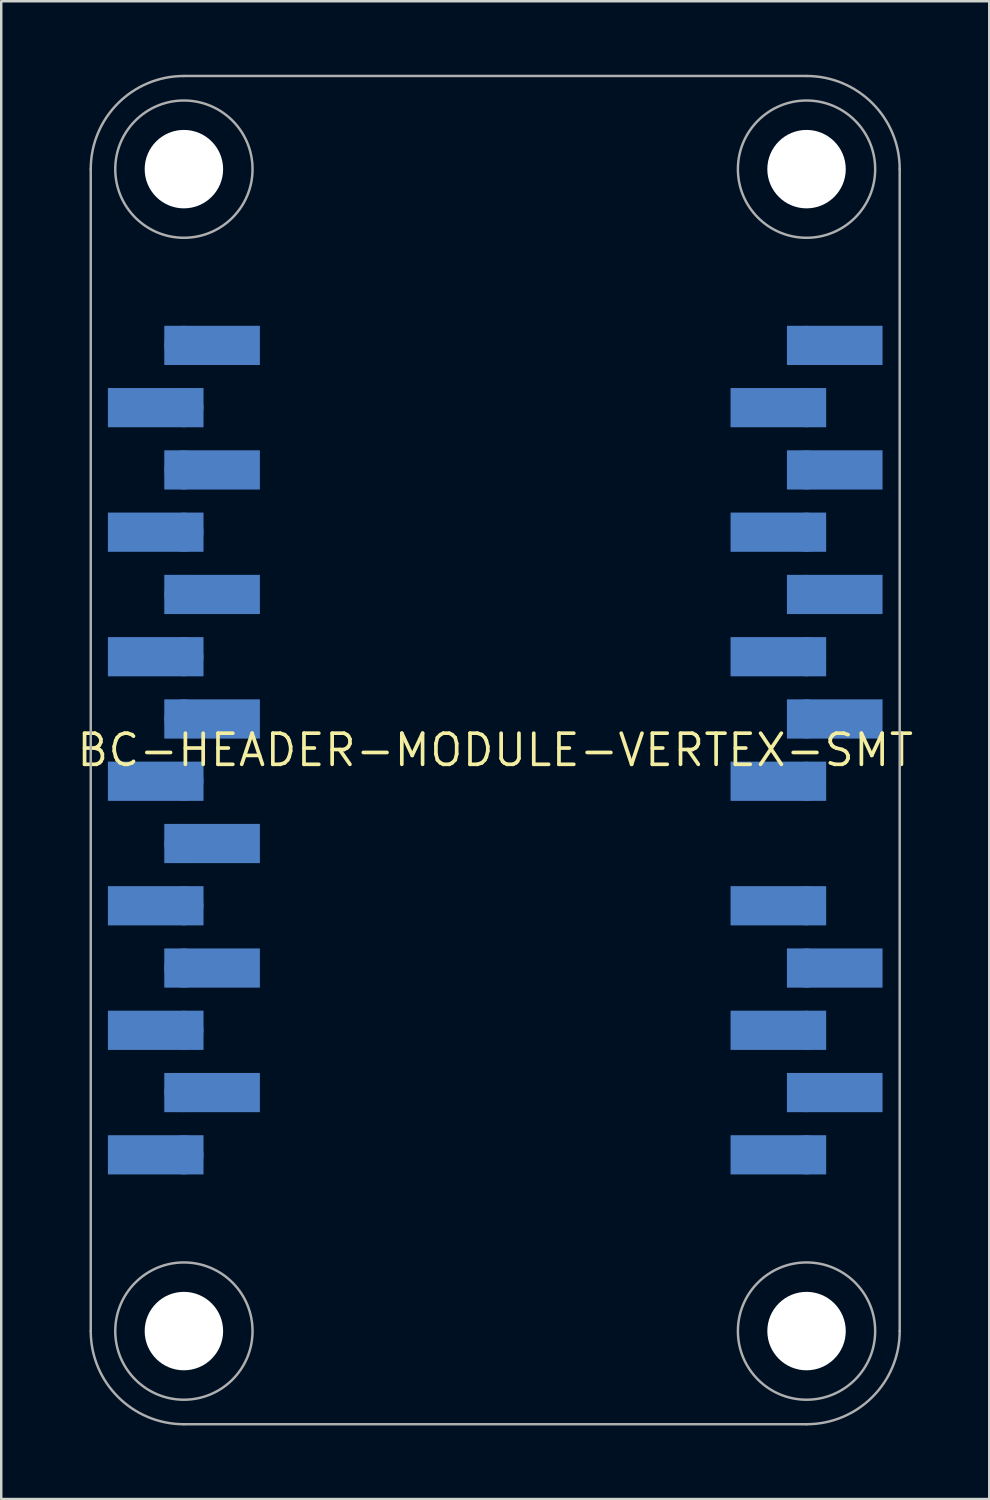
<source format=kicad_pcb>
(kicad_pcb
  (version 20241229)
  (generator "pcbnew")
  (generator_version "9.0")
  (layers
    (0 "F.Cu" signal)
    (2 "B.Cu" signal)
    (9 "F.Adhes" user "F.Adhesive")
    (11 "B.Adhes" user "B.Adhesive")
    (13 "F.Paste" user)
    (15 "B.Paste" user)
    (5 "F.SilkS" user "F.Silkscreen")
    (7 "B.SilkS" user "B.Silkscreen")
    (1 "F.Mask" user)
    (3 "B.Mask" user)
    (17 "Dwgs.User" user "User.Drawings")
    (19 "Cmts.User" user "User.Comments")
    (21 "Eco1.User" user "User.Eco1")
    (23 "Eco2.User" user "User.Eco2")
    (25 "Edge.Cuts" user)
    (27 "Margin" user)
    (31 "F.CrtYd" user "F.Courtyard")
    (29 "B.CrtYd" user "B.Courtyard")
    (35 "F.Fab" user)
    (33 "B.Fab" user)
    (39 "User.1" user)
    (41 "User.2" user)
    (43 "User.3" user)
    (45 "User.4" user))
  (footprint "BC-HEADER-MODULE-VERTEX-SMT"
    (layer "F.Cu")
    (at 17.152 27.55)
    (property "Reference" "BC-HEADER-MODULE-VERTEX-SMT" (at 0 0 0) (unlocked yes) (layer "F.SilkS") (effects (font (size 1.27 1.27) (thickness 0.15))))
    (fp_poly (pts (xy -11.9 -13.17) (xy -15.8 -13.17) (xy -15.8 -14.77) (xy -11.9 -14.77)) (stroke (width 0) (type default)) (fill yes) (layer "B.Cu"))
    (fp_poly (pts (xy -11.9 -8.09) (xy -15.8 -8.09) (xy -15.8 -9.69) (xy -11.9 -9.69)) (stroke (width 0) (type default)) (fill yes) (layer "B.Cu"))
    (fp_poly (pts (xy -11.9 -3.01) (xy -15.8 -3.01) (xy -15.8 -4.61) (xy -11.9 -4.61)) (stroke (width 0) (type default)) (fill yes) (layer "B.Cu"))
    (fp_poly (pts (xy -11.9 2.07) (xy -15.8 2.07) (xy -15.8 0.47) (xy -11.9 0.47)) (stroke (width 0) (type default)) (fill yes) (layer "B.Cu"))
    (fp_poly (pts (xy -11.9 7.15) (xy -15.8 7.15) (xy -15.8 5.55) (xy -11.9 5.55)) (stroke (width 0) (type default)) (fill yes) (layer "B.Cu"))
    (fp_poly (pts (xy -11.9 12.23) (xy -15.8 12.23) (xy -15.8 10.63) (xy -11.9 10.63)) (stroke (width 0) (type default)) (fill yes) (layer "B.Cu"))
    (fp_poly (pts (xy -11.9 17.31) (xy -15.8 17.31) (xy -15.8 15.71) (xy -11.9 15.71)) (stroke (width 0) (type default)) (fill yes) (layer "B.Cu"))
    (fp_poly (pts (xy -9.6 -15.71) (xy -13.5 -15.71) (xy -13.5 -17.31) (xy -9.6 -17.31)) (stroke (width 0) (type default)) (fill yes) (layer "B.Cu"))
    (fp_poly (pts (xy -9.6 -10.63) (xy -13.5 -10.63) (xy -13.5 -12.23) (xy -9.6 -12.23)) (stroke (width 0) (type default)) (fill yes) (layer "B.Cu"))
    (fp_poly (pts (xy -9.6 -5.55) (xy -13.5 -5.55) (xy -13.5 -7.15) (xy -9.6 -7.15)) (stroke (width 0) (type default)) (fill yes) (layer "B.Cu"))
    (fp_poly (pts (xy -9.6 -0.47) (xy -13.5 -0.47) (xy -13.5 -2.07) (xy -9.6 -2.07)) (stroke (width 0) (type default)) (fill yes) (layer "B.Cu"))
    (fp_poly (pts (xy -9.6 4.61) (xy -13.5 4.61) (xy -13.5 3.01) (xy -9.6 3.01)) (stroke (width 0) (type default)) (fill yes) (layer "B.Cu"))
    (fp_poly (pts (xy -9.6 9.69) (xy -13.5 9.69) (xy -13.5 8.09) (xy -9.6 8.09)) (stroke (width 0) (type default)) (fill yes) (layer "B.Cu"))
    (fp_poly (pts (xy -9.6 14.77) (xy -13.5 14.77) (xy -13.5 13.17) (xy -9.6 13.17)) (stroke (width 0) (type default)) (fill yes) (layer "B.Cu"))
    (fp_poly (pts (xy 13.5 -13.17) (xy 9.6 -13.17) (xy 9.6 -14.77) (xy 13.5 -14.77)) (stroke (width 0) (type default)) (fill yes) (layer "B.Cu"))
    (fp_poly (pts (xy 13.5 -8.09) (xy 9.6 -8.09) (xy 9.6 -9.69) (xy 13.5 -9.69)) (stroke (width 0) (type default)) (fill yes) (layer "B.Cu"))
    (fp_poly (pts (xy 13.5 -3.01) (xy 9.6 -3.01) (xy 9.6 -4.61) (xy 13.5 -4.61)) (stroke (width 0) (type default)) (fill yes) (layer "B.Cu"))
    (fp_poly (pts (xy 13.5 2.07) (xy 9.6 2.07) (xy 9.6 0.47) (xy 13.5 0.47)) (stroke (width 0) (type default)) (fill yes) (layer "B.Cu"))
    (fp_poly (pts (xy 13.5 7.15) (xy 9.6 7.15) (xy 9.6 5.55) (xy 13.5 5.55)) (stroke (width 0) (type default)) (fill yes) (layer "B.Cu"))
    (fp_poly (pts (xy 13.5 12.23) (xy 9.6 12.23) (xy 9.6 10.63) (xy 13.5 10.63)) (stroke (width 0) (type default)) (fill yes) (layer "B.Cu"))
    (fp_poly (pts (xy 13.5 17.31) (xy 9.6 17.31) (xy 9.6 15.71) (xy 13.5 15.71)) (stroke (width 0) (type default)) (fill yes) (layer "B.Cu"))
    (fp_poly (pts (xy 15.8 -15.71) (xy 11.9 -15.71) (xy 11.9 -17.31) (xy 15.8 -17.31)) (stroke (width 0) (type default)) (fill yes) (layer "B.Cu"))
    (fp_poly (pts (xy 15.8 -10.63) (xy 11.9 -10.63) (xy 11.9 -12.23) (xy 15.8 -12.23)) (stroke (width 0) (type default)) (fill yes) (layer "B.Cu"))
    (fp_poly (pts (xy 15.8 -5.55) (xy 11.9 -5.55) (xy 11.9 -7.15) (xy 15.8 -7.15)) (stroke (width 0) (type default)) (fill yes) (layer "B.Cu"))
    (fp_poly (pts (xy 15.8 -0.47) (xy 11.9 -0.47) (xy 11.9 -2.07) (xy 15.8 -2.07)) (stroke (width 0) (type default)) (fill yes) (layer "B.Cu"))
    (fp_poly (pts (xy 15.8 9.69) (xy 11.9 9.69) (xy 11.9 8.09) (xy 15.8 8.09)) (stroke (width 0) (type default)) (fill yes) (layer "B.Cu"))
    (fp_poly (pts (xy 15.8 14.77) (xy 11.9 14.77) (xy 11.9 13.17) (xy 15.8 13.17)) (stroke (width 0) (type default)) (fill yes) (layer "B.Cu"))
    (fp_poly (pts (xy -15.9 -13.07) (xy -11.8 -13.07) (xy -11.8 -14.87) (xy -15.9 -14.87)) (stroke (width 0) (type default)) (fill yes) (layer "B.Mask"))
    (fp_poly (pts (xy -15.9 -7.99) (xy -11.8 -7.99) (xy -11.8 -9.79) (xy -15.9 -9.79)) (stroke (width 0) (type default)) (fill yes) (layer "B.Mask"))
    (fp_poly (pts (xy -15.9 -2.91) (xy -11.8 -2.91) (xy -11.8 -4.71) (xy -15.9 -4.71)) (stroke (width 0) (type default)) (fill yes) (layer "B.Mask"))
    (fp_poly (pts (xy -15.9 2.17) (xy -11.8 2.17) (xy -11.8 0.37) (xy -15.9 0.37)) (stroke (width 0) (type default)) (fill yes) (layer "B.Mask"))
    (fp_poly (pts (xy -15.9 7.25) (xy -11.8 7.25) (xy -11.8 5.45) (xy -15.9 5.45)) (stroke (width 0) (type default)) (fill yes) (layer "B.Mask"))
    (fp_poly (pts (xy -15.9 12.33) (xy -11.8 12.33) (xy -11.8 10.53) (xy -15.9 10.53)) (stroke (width 0) (type default)) (fill yes) (layer "B.Mask"))
    (fp_poly (pts (xy -15.9 17.41) (xy -11.8 17.41) (xy -11.8 15.61) (xy -15.9 15.61)) (stroke (width 0) (type default)) (fill yes) (layer "B.Mask"))
    (fp_poly (pts (xy -9.5 -17.41) (xy -13.6 -17.41) (xy -13.6 -15.61) (xy -9.5 -15.61)) (stroke (width 0) (type default)) (fill yes) (layer "B.Mask"))
    (fp_poly (pts (xy -9.5 -12.33) (xy -13.6 -12.33) (xy -13.6 -10.53) (xy -9.5 -10.53)) (stroke (width 0) (type default)) (fill yes) (layer "B.Mask"))
    (fp_poly (pts (xy -9.5 -7.25) (xy -13.6 -7.25) (xy -13.6 -5.45) (xy -9.5 -5.45)) (stroke (width 0) (type default)) (fill yes) (layer "B.Mask"))
    (fp_poly (pts (xy -9.5 -2.17) (xy -13.6 -2.17) (xy -13.6 -0.37) (xy -9.5 -0.37)) (stroke (width 0) (type default)) (fill yes) (layer "B.Mask"))
    (fp_poly (pts (xy -9.5 2.91) (xy -13.6 2.91) (xy -13.6 4.71) (xy -9.5 4.71)) (stroke (width 0) (type default)) (fill yes) (layer "B.Mask"))
    (fp_poly (pts (xy -9.5 7.99) (xy -13.6 7.99) (xy -13.6 9.79) (xy -9.5 9.79)) (stroke (width 0) (type default)) (fill yes) (layer "B.Mask"))
    (fp_poly (pts (xy -9.5 13.07) (xy -13.6 13.07) (xy -13.6 14.87) (xy -9.5 14.87)) (stroke (width 0) (type default)) (fill yes) (layer "B.Mask"))
    (fp_poly (pts (xy 9.5 -13.07) (xy 13.6 -13.07) (xy 13.6 -14.87) (xy 9.5 -14.87)) (stroke (width 0) (type default)) (fill yes) (layer "B.Mask"))
    (fp_poly (pts (xy 9.5 -7.99) (xy 13.6 -7.99) (xy 13.6 -9.79) (xy 9.5 -9.79)) (stroke (width 0) (type default)) (fill yes) (layer "B.Mask"))
    (fp_poly (pts (xy 9.5 -2.91) (xy 13.6 -2.91) (xy 13.6 -4.71) (xy 9.5 -4.71)) (stroke (width 0) (type default)) (fill yes) (layer "B.Mask"))
    (fp_poly (pts (xy 9.5 2.17) (xy 13.6 2.17) (xy 13.6 0.37) (xy 9.5 0.37)) (stroke (width 0) (type default)) (fill yes) (layer "B.Mask"))
    (fp_poly (pts (xy 9.5 7.25) (xy 13.6 7.25) (xy 13.6 5.45) (xy 9.5 5.45)) (stroke (width 0) (type default)) (fill yes) (layer "B.Mask"))
    (fp_poly (pts (xy 9.5 12.33) (xy 13.6 12.33) (xy 13.6 10.53) (xy 9.5 10.53)) (stroke (width 0) (type default)) (fill yes) (layer "B.Mask"))
    (fp_poly (pts (xy 9.5 17.41) (xy 13.6 17.41) (xy 13.6 15.61) (xy 9.5 15.61)) (stroke (width 0) (type default)) (fill yes) (layer "B.Mask"))
    (fp_poly (pts (xy 15.9 -17.41) (xy 11.8 -17.41) (xy 11.8 -15.61) (xy 15.9 -15.61)) (stroke (width 0) (type default)) (fill yes) (layer "B.Mask"))
    (fp_poly (pts (xy 15.9 -12.33) (xy 11.8 -12.33) (xy 11.8 -10.53) (xy 15.9 -10.53)) (stroke (width 0) (type default)) (fill yes) (layer "B.Mask"))
    (fp_poly (pts (xy 15.9 -7.25) (xy 11.8 -7.25) (xy 11.8 -5.45) (xy 15.9 -5.45)) (stroke (width 0) (type default)) (fill yes) (layer "B.Mask"))
    (fp_poly (pts (xy 15.9 -2.17) (xy 11.8 -2.17) (xy 11.8 -0.37) (xy 15.9 -0.37)) (stroke (width 0) (type default)) (fill yes) (layer "B.Mask"))
    (fp_poly (pts (xy 15.9 7.99) (xy 11.8 7.99) (xy 11.8 9.79) (xy 15.9 9.79)) (stroke (width 0) (type default)) (fill yes) (layer "B.Mask"))
    (fp_poly (pts (xy 15.9 13.07) (xy 11.8 13.07) (xy 11.8 14.87) (xy 15.9 14.87)) (stroke (width 0) (type default)) (fill yes) (layer "B.Mask"))
    (fp_poly (pts (xy -13.6 -13.32) (xy -15.7 -13.32) (xy -15.7 -14.62) (xy -13.6 -14.62)) (stroke (width 0) (type default)) (fill yes) (layer "B.Paste"))
    (fp_poly (pts (xy -13.6 -8.24) (xy -15.7 -8.24) (xy -15.7 -9.54) (xy -13.6 -9.54)) (stroke (width 0) (type default)) (fill yes) (layer "B.Paste"))
    (fp_poly (pts (xy -13.6 -3.16) (xy -15.7 -3.16) (xy -15.7 -4.46) (xy -13.6 -4.46)) (stroke (width 0) (type default)) (fill yes) (layer "B.Paste"))
    (fp_poly (pts (xy -13.6 1.92) (xy -15.7 1.92) (xy -15.7 0.62) (xy -13.6 0.62)) (stroke (width 0) (type default)) (fill yes) (layer "B.Paste"))
    (fp_poly (pts (xy -13.6 7) (xy -15.7 7) (xy -15.7 5.7) (xy -13.6 5.7)) (stroke (width 0) (type default)) (fill yes) (layer "B.Paste"))
    (fp_poly (pts (xy -13.6 12.08) (xy -15.7 12.08) (xy -15.7 10.78) (xy -13.6 10.78)) (stroke (width 0) (type default)) (fill yes) (layer "B.Paste"))
    (fp_poly (pts (xy -13.6 17.16) (xy -15.7 17.16) (xy -15.7 15.86) (xy -13.6 15.86)) (stroke (width 0) (type default)) (fill yes) (layer "B.Paste"))
    (fp_poly (pts (xy -9.7 -15.86) (xy -11.8 -15.86) (xy -11.8 -17.16) (xy -9.7 -17.16)) (stroke (width 0) (type default)) (fill yes) (layer "B.Paste"))
    (fp_poly (pts (xy -9.7 -10.78) (xy -11.8 -10.78) (xy -11.8 -12.08) (xy -9.7 -12.08)) (stroke (width 0) (type default)) (fill yes) (layer "B.Paste"))
    (fp_poly (pts (xy -9.7 -5.7) (xy -11.8 -5.7) (xy -11.8 -7) (xy -9.7 -7)) (stroke (width 0) (type default)) (fill yes) (layer "B.Paste"))
    (fp_poly (pts (xy -9.7 -0.62) (xy -11.8 -0.62) (xy -11.8 -1.92) (xy -9.7 -1.92)) (stroke (width 0) (type default)) (fill yes) (layer "B.Paste"))
    (fp_poly (pts (xy -9.7 4.46) (xy -11.8 4.46) (xy -11.8 3.16) (xy -9.7 3.16)) (stroke (width 0) (type default)) (fill yes) (layer "B.Paste"))
    (fp_poly (pts (xy -9.7 9.54) (xy -11.8 9.54) (xy -11.8 8.24) (xy -9.7 8.24)) (stroke (width 0) (type default)) (fill yes) (layer "B.Paste"))
    (fp_poly (pts (xy -9.7 14.62) (xy -11.8 14.62) (xy -11.8 13.32) (xy -9.7 13.32)) (stroke (width 0) (type default)) (fill yes) (layer "B.Paste"))
    (fp_poly (pts (xy 11.8 -13.32) (xy 9.7 -13.32) (xy 9.7 -14.62) (xy 11.8 -14.62)) (stroke (width 0) (type default)) (fill yes) (layer "B.Paste"))
    (fp_poly (pts (xy 11.8 -8.24) (xy 9.7 -8.24) (xy 9.7 -9.54) (xy 11.8 -9.54)) (stroke (width 0) (type default)) (fill yes) (layer "B.Paste"))
    (fp_poly (pts (xy 11.8 -3.16) (xy 9.7 -3.16) (xy 9.7 -4.46) (xy 11.8 -4.46)) (stroke (width 0) (type default)) (fill yes) (layer "B.Paste"))
    (fp_poly (pts (xy 11.8 1.92) (xy 9.7 1.92) (xy 9.7 0.62) (xy 11.8 0.62)) (stroke (width 0) (type default)) (fill yes) (layer "B.Paste"))
    (fp_poly (pts (xy 11.8 7) (xy 9.7 7) (xy 9.7 5.7) (xy 11.8 5.7)) (stroke (width 0) (type default)) (fill yes) (layer "B.Paste"))
    (fp_poly (pts (xy 11.8 12.08) (xy 9.7 12.08) (xy 9.7 10.78) (xy 11.8 10.78)) (stroke (width 0) (type default)) (fill yes) (layer "B.Paste"))
    (fp_poly (pts (xy 11.8 17.16) (xy 9.7 17.16) (xy 9.7 15.86) (xy 11.8 15.86)) (stroke (width 0) (type default)) (fill yes) (layer "B.Paste"))
    (fp_poly (pts (xy 15.7 -15.86) (xy 13.6 -15.86) (xy 13.6 -17.16) (xy 15.7 -17.16)) (stroke (width 0) (type default)) (fill yes) (layer "B.Paste"))
    (fp_poly (pts (xy 15.7 -10.78) (xy 13.6 -10.78) (xy 13.6 -12.08) (xy 15.7 -12.08)) (stroke (width 0) (type default)) (fill yes) (layer "B.Paste"))
    (fp_poly (pts (xy 15.7 -5.7) (xy 13.6 -5.7) (xy 13.6 -7) (xy 15.7 -7)) (stroke (width 0) (type default)) (fill yes) (layer "B.Paste"))
    (fp_poly (pts (xy 15.7 -0.62) (xy 13.6 -0.62) (xy 13.6 -1.92) (xy 15.7 -1.92)) (stroke (width 0) (type default)) (fill yes) (layer "B.Paste"))
    (fp_poly (pts (xy 15.7 9.54) (xy 13.6 9.54) (xy 13.6 8.24) (xy 15.7 8.24)) (stroke (width 0) (type default)) (fill yes) (layer "B.Paste"))
    (fp_poly (pts (xy 15.7 14.62) (xy 13.6 14.62) (xy 13.6 13.32) (xy 15.7 13.32)) (stroke (width 0) (type default)) (fill yes) (layer "B.Paste"))
    (fp_line (start -16.5 23.7) (end -16.5 -23.7) (stroke (width 0.1) (type solid)) (layer "F.Fab"))
    (fp_line (start -12.7 -27.5) (end 12.7 -27.5) (stroke (width 0.1) (type solid)) (layer "F.Fab"))
    (fp_line (start 12.7 27.5) (end -12.7 27.5) (stroke (width 0.1) (type solid)) (layer "F.Fab"))
    (fp_line (start 16.5 -23.7) (end 16.5 23.7) (stroke (width 0.1) (type solid)) (layer "F.Fab"))
    (fp_arc (start -16.5 -23.7) (mid -15.387006 -26.387006) (end -12.7 -27.5) (stroke (width 0.1) (type solid)) (layer "F.Fab"))
    (fp_arc (start -12.7 27.5) (mid -15.387006 26.387006) (end -16.5 23.7) (stroke (width 0.1) (type solid)) (layer "F.Fab"))
    (fp_arc (start 12.7 -27.5) (mid 15.387006 -26.387006) (end 16.5 -23.7) (stroke (width 0.1) (type solid)) (layer "F.Fab"))
    (fp_arc (start 16.5 23.7) (mid 15.387006 26.387006) (end 12.7 27.5) (stroke (width 0.1) (type solid)) (layer "F.Fab"))
    (fp_circle (center -12.7 -23.7) (end -9.9 -23.7) (stroke (width 0.1) (type solid)) (fill no) (layer "F.Fab"))
    (fp_circle (center -12.7 23.7) (end -9.9 23.7) (stroke (width 0.1) (type solid)) (fill no) (layer "F.Fab"))
    (fp_circle (center 12.7 -23.7) (end 15.5 -23.7) (stroke (width 0.1) (type solid)) (fill no) (layer "F.Fab"))
    (fp_circle (center 12.7 23.7) (end 15.5 23.7) (stroke (width 0.1) (type solid)) (fill no) (layer "F.Fab"))
    (pad "" np_thru_hole circle (at -12.7 -23.7) (size 3.2 3.2) (drill 3.2) (layers "*.Cu" "*.Mask"))
    (pad "" np_thru_hole circle (at -12.7 23.7) (size 3.2 3.2) (drill 3.2) (layers "*.Cu" "*.Mask"))
    (pad "" np_thru_hole circle (at 12.7 -23.7) (size 3.2 3.2) (drill 3.2) (layers "*.Cu" "*.Mask"))
    (pad "" np_thru_hole circle (at 12.7 23.7) (size 3.2 3.2) (drill 3.2) (layers "*.Cu" "*.Mask"))
    (pad "1" smd roundrect (at -12.7 -16.51) (size 1.6 1.6) (layers "B.Cu") (roundrect_rratio 0.5))
    (pad "2" smd roundrect (at -12.7 -13.97) (size 1.6 1.6) (layers "B.Cu") (roundrect_rratio 0.5))
    (pad "3" smd roundrect (at -12.7 -11.43) (size 1.6 1.6) (layers "B.Cu") (roundrect_rratio 0.5))
    (pad "4" smd roundrect (at -12.7 -8.89) (size 1.6 1.6) (layers "B.Cu") (roundrect_rratio 0.5))
    (pad "5" smd roundrect (at -12.7 -6.35) (size 1.6 1.6) (layers "B.Cu") (roundrect_rratio 0.5))
    (pad "6" smd roundrect (at -12.7 -3.81) (size 1.6 1.6) (layers "B.Cu") (roundrect_rratio 0.5))
    (pad "7" smd roundrect (at -12.7 -1.27) (size 1.6 1.6) (layers "B.Cu") (roundrect_rratio 0.5))
    (pad "8" smd roundrect (at -12.7 1.27) (size 1.6 1.6) (layers "B.Cu") (roundrect_rratio 0.5))
    (pad "9" smd roundrect (at -12.7 3.81) (size 1.6 1.6) (layers "B.Cu") (roundrect_rratio 0.5))
    (pad "10" smd roundrect (at -12.7 6.35) (size 1.6 1.6) (layers "B.Cu") (roundrect_rratio 0.5))
    (pad "11" smd roundrect (at -12.7 8.89) (size 1.6 1.6) (layers "B.Cu") (roundrect_rratio 0.5))
    (pad "12" smd roundrect (at -12.7 11.43) (size 1.6 1.6) (layers "B.Cu") (roundrect_rratio 0.5))
    (pad "13" smd roundrect (at -12.7 13.97) (size 1.6 1.6) (layers "B.Cu") (roundrect_rratio 0.5))
    (pad "14" smd roundrect (at -12.7 16.51) (size 1.6 1.6) (layers "B.Cu") (roundrect_rratio 0.5))
    (pad "15" smd roundrect (at 12.7 16.51) (size 1.6 1.6) (layers "B.Cu") (roundrect_rratio 0.5))
    (pad "16" smd roundrect (at 12.7 13.97) (size 1.6 1.6) (layers "B.Cu") (roundrect_rratio 0.5))
    (pad "17" smd roundrect (at 12.7 11.43) (size 1.6 1.6) (layers "B.Cu") (roundrect_rratio 0.5))
    (pad "18" smd roundrect (at 12.7 8.89) (size 1.6 1.6) (layers "B.Cu") (roundrect_rratio 0.5))
    (pad "19" smd roundrect (at 12.7 6.35) (size 1.6 1.6) (layers "B.Cu") (roundrect_rratio 0.5))
    (pad "21" smd roundrect (at 12.7 1.27) (size 1.6 1.6) (layers "B.Cu") (roundrect_rratio 0.5))
    (pad "22" smd roundrect (at 12.7 -1.27) (size 1.6 1.6) (layers "B.Cu") (roundrect_rratio 0.5))
    (pad "23" smd roundrect (at 12.7 -3.81) (size 1.6 1.6) (layers "B.Cu") (roundrect_rratio 0.5))
    (pad "24" smd roundrect (at 12.7 -6.35) (size 1.6 1.6) (layers "B.Cu") (roundrect_rratio 0.5))
    (pad "25" smd roundrect (at 12.7 -8.89) (size 1.6 1.6) (layers "B.Cu") (roundrect_rratio 0.5))
    (pad "26" smd roundrect (at 12.7 -11.43) (size 1.6 1.6) (layers "B.Cu") (roundrect_rratio 0.5))
    (pad "27" smd roundrect (at 12.7 -13.97) (size 1.6 1.6) (layers "B.Cu") (roundrect_rratio 0.5))
    (pad "28" smd roundrect (at 12.7 -16.51) (size 1.6 1.6) (layers "B.Cu") (roundrect_rratio 0.5))
    (zone (net_name "") (layer "F.Cu") (hatch edge 0.5) (connect_pads) (min_thickness 0.25) (filled_areas_thickness no) (keepout (tracks not_allowed) (vias not_allowed) (pads not_allowed) (copperpour not_allowed) (footprints allowed)) (placement (enabled no)) (fill) (polygon (pts (xy 0.752 48.15) (xy 4.452 48.15) (xy 4.799 48.169) (xy 5.142 48.228) (xy 5.476 48.324) (xy 5.797 48.457) (xy 6.102 48.625) (xy 6.385 48.826) (xy 6.644 49.058) (xy 6.876 49.317) (xy 7.077 49.601) (xy 7.245 49.905) (xy 7.378 50.226) (xy 7.475 50.56) (xy 7.552 51.25) (xy 7.552 54.95) (xy 4.452 54.95) (xy 4.066 54.93) (xy 3.683 54.869) (xy 3.309 54.769) (xy 2.947 54.63) (xy 2.602 54.454) (xy 2.277 54.243) (xy 1.977 54) (xy 1.703 53.726) (xy 1.459 53.425) (xy 1.248 53.1) (xy 1.072 52.755) (xy 0.933 52.393) (xy 0.833 52.019) (xy 0.752 51.25))))
    (zone (net_name "") (layer "F.Cu") (hatch edge 0.5) (connect_pads) (min_thickness 0.25) (filled_areas_thickness no) (keepout (tracks not_allowed) (vias not_allowed) (pads not_allowed) (copperpour not_allowed) (footprints allowed)) (placement (enabled no)) (fill) (polygon (pts (xy 7.552 0.15) (xy 7.552 3.85) (xy 7.533 4.197) (xy 7.475 4.54) (xy 7.378 4.874) (xy 7.245 5.195) (xy 7.077 5.499) (xy 6.876 5.783) (xy 6.644 6.042) (xy 6.385 6.274) (xy 6.102 6.475) (xy 5.797 6.643) (xy 5.476 6.776) (xy 5.142 6.872) (xy 4.452 6.95) (xy 0.752 6.95) (xy 0.752 3.85) (xy 0.773 3.463) (xy 0.833 3.081) (xy 0.933 2.707) (xy 1.072 2.345) (xy 1.248 2) (xy 1.459 1.675) (xy 1.703 1.374) (xy 1.977 1.1) (xy 2.277 0.857) (xy 2.602 0.646) (xy 2.947 0.47) (xy 3.309 0.331) (xy 3.683 0.231) (xy 4.452 0.15))))
    (zone (net_name "") (layer "F.Cu") (hatch edge 0.5) (connect_pads) (min_thickness 0.25) (filled_areas_thickness no) (keepout (tracks not_allowed) (vias not_allowed) (pads not_allowed) (copperpour not_allowed) (footprints allowed)) (placement (enabled no)) (fill) (polygon (pts (xy 26.752 54.95) (xy 26.752 51.25) (xy 26.772 50.903) (xy 26.83 50.56) (xy 26.926 50.226) (xy 27.059 49.905) (xy 27.227 49.601) (xy 27.429 49.317) (xy 27.66 49.058) (xy 27.919 48.826) (xy 28.203 48.625) (xy 28.507 48.457) (xy 28.828 48.324) (xy 29.162 48.228) (xy 29.852 48.15) (xy 33.552 48.15) (xy 33.552 51.25) (xy 33.532 51.637) (xy 33.471 52.019) (xy 33.371 52.393) (xy 33.232 52.755) (xy 33.057 53.1) (xy 32.846 53.425) (xy 32.602 53.726) (xy 32.328 54) (xy 32.027 54.243) (xy 31.702 54.454) (xy 31.357 54.63) (xy 30.996 54.769) (xy 30.622 54.869) (xy 30.239 54.93) (xy 29.852 54.95))))
    (zone (net_name "") (layer "F.Cu") (hatch edge 0.5) (connect_pads) (min_thickness 0.25) (filled_areas_thickness no) (keepout (tracks not_allowed) (vias not_allowed) (pads not_allowed) (copperpour not_allowed) (footprints allowed)) (placement (enabled no)) (fill) (polygon (pts (xy 33.552 6.95) (xy 29.852 6.95) (xy 29.505 6.931) (xy 29.162 6.872) (xy 28.828 6.776) (xy 28.507 6.643) (xy 28.203 6.475) (xy 27.919 6.274) (xy 27.66 6.042) (xy 27.429 5.783) (xy 27.227 5.499) (xy 27.059 5.195) (xy 26.926 4.874) (xy 26.83 4.54) (xy 26.752 3.85) (xy 26.752 0.15) (xy 29.852 0.15) (xy 30.239 0.17) (xy 30.622 0.231) (xy 30.996 0.331) (xy 31.357 0.47) (xy 31.702 0.646) (xy 32.027 0.857) (xy 32.328 1.1) (xy 32.602 1.374) (xy 32.846 1.675) (xy 33.057 2) (xy 33.232 2.345) (xy 33.371 2.707) (xy 33.471 3.081) (xy 33.532 3.463) (xy 33.552 3.85))))
    (zone (net_name "") (layer "B.Cu") (hatch edge 0.5) (connect_pads) (min_thickness 0.25) (filled_areas_thickness no) (keepout (tracks not_allowed) (vias not_allowed) (pads not_allowed) (copperpour not_allowed) (footprints allowed)) (placement (enabled no)) (fill) (polygon (pts (xy 0.752 48.15) (xy 4.452 48.15) (xy 4.799 48.169) (xy 5.142 48.228) (xy 5.476 48.324) (xy 5.797 48.457) (xy 6.102 48.625) (xy 6.385 48.826) (xy 6.644 49.058) (xy 6.876 49.317) (xy 7.077 49.601) (xy 7.245 49.905) (xy 7.378 50.226) (xy 7.475 50.56) (xy 7.552 51.25) (xy 7.552 54.95) (xy 4.452 54.95) (xy 4.066 54.93) (xy 3.683 54.869) (xy 3.309 54.769) (xy 2.947 54.63) (xy 2.602 54.454) (xy 2.277 54.243) (xy 1.977 54) (xy 1.703 53.726) (xy 1.459 53.425) (xy 1.248 53.1) (xy 1.072 52.755) (xy 0.933 52.393) (xy 0.833 52.019) (xy 0.752 51.25))))
    (zone (net_name "") (layer "B.Cu") (hatch edge 0.5) (connect_pads) (min_thickness 0.25) (filled_areas_thickness no) (keepout (tracks not_allowed) (vias not_allowed) (pads not_allowed) (copperpour not_allowed) (footprints allowed)) (placement (enabled no)) (fill) (polygon (pts (xy 7.552 0.15) (xy 7.552 3.85) (xy 7.533 4.197) (xy 7.475 4.54) (xy 7.378 4.874) (xy 7.245 5.195) (xy 7.077 5.499) (xy 6.876 5.783) (xy 6.644 6.042) (xy 6.385 6.274) (xy 6.102 6.475) (xy 5.797 6.643) (xy 5.476 6.776) (xy 5.142 6.872) (xy 4.452 6.95) (xy 0.752 6.95) (xy 0.752 3.85) (xy 0.773 3.463) (xy 0.833 3.081) (xy 0.933 2.707) (xy 1.072 2.345) (xy 1.248 2) (xy 1.459 1.675) (xy 1.703 1.374) (xy 1.977 1.1) (xy 2.277 0.857) (xy 2.602 0.646) (xy 2.947 0.47) (xy 3.309 0.331) (xy 3.683 0.231) (xy 4.452 0.15))))
    (zone (net_name "") (layer "B.Cu") (hatch edge 0.5) (connect_pads) (min_thickness 0.25) (filled_areas_thickness no) (keepout (tracks not_allowed) (vias not_allowed) (pads not_allowed) (copperpour not_allowed) (footprints allowed)) (placement (enabled no)) (fill) (polygon (pts (xy 26.752 54.95) (xy 26.752 51.25) (xy 26.772 50.903) (xy 26.83 50.56) (xy 26.926 50.226) (xy 27.059 49.905) (xy 27.227 49.601) (xy 27.429 49.317) (xy 27.66 49.058) (xy 27.919 48.826) (xy 28.203 48.625) (xy 28.507 48.457) (xy 28.828 48.324) (xy 29.162 48.228) (xy 29.852 48.15) (xy 33.552 48.15) (xy 33.552 51.25) (xy 33.532 51.637) (xy 33.471 52.019) (xy 33.371 52.393) (xy 33.232 52.755) (xy 33.057 53.1) (xy 32.846 53.425) (xy 32.602 53.726) (xy 32.328 54) (xy 32.027 54.243) (xy 31.702 54.454) (xy 31.357 54.63) (xy 30.996 54.769) (xy 30.622 54.869) (xy 30.239 54.93) (xy 29.852 54.95))))
    (zone (net_name "") (layer "B.Cu") (hatch edge 0.5) (connect_pads) (min_thickness 0.25) (filled_areas_thickness no) (keepout (tracks not_allowed) (vias not_allowed) (pads not_allowed) (copperpour not_allowed) (footprints allowed)) (placement (enabled no)) (fill) (polygon (pts (xy 33.552 6.95) (xy 29.852 6.95) (xy 29.505 6.931) (xy 29.162 6.872) (xy 28.828 6.776) (xy 28.507 6.643) (xy 28.203 6.475) (xy 27.919 6.274) (xy 27.66 6.042) (xy 27.429 5.783) (xy 27.227 5.499) (xy 27.059 5.195) (xy 26.926 4.874) (xy 26.83 4.54) (xy 26.752 3.85) (xy 26.752 0.15) (xy 29.852 0.15) (xy 30.239 0.17) (xy 30.622 0.231) (xy 30.996 0.331) (xy 31.357 0.47) (xy 31.702 0.646) (xy 32.027 0.857) (xy 32.328 1.1) (xy 32.602 1.374) (xy 32.846 1.675) (xy 33.057 2) (xy 33.232 2.345) (xy 33.371 2.707) (xy 33.471 3.081) (xy 33.532 3.463) (xy 33.552 3.85)))))
  (gr_rect
    (start -3 -3)
    (end 37.305 58.1)
    (stroke (width 0.1) (type default))
    (fill no)
    (layer "Edge.Cuts")))
</source>
